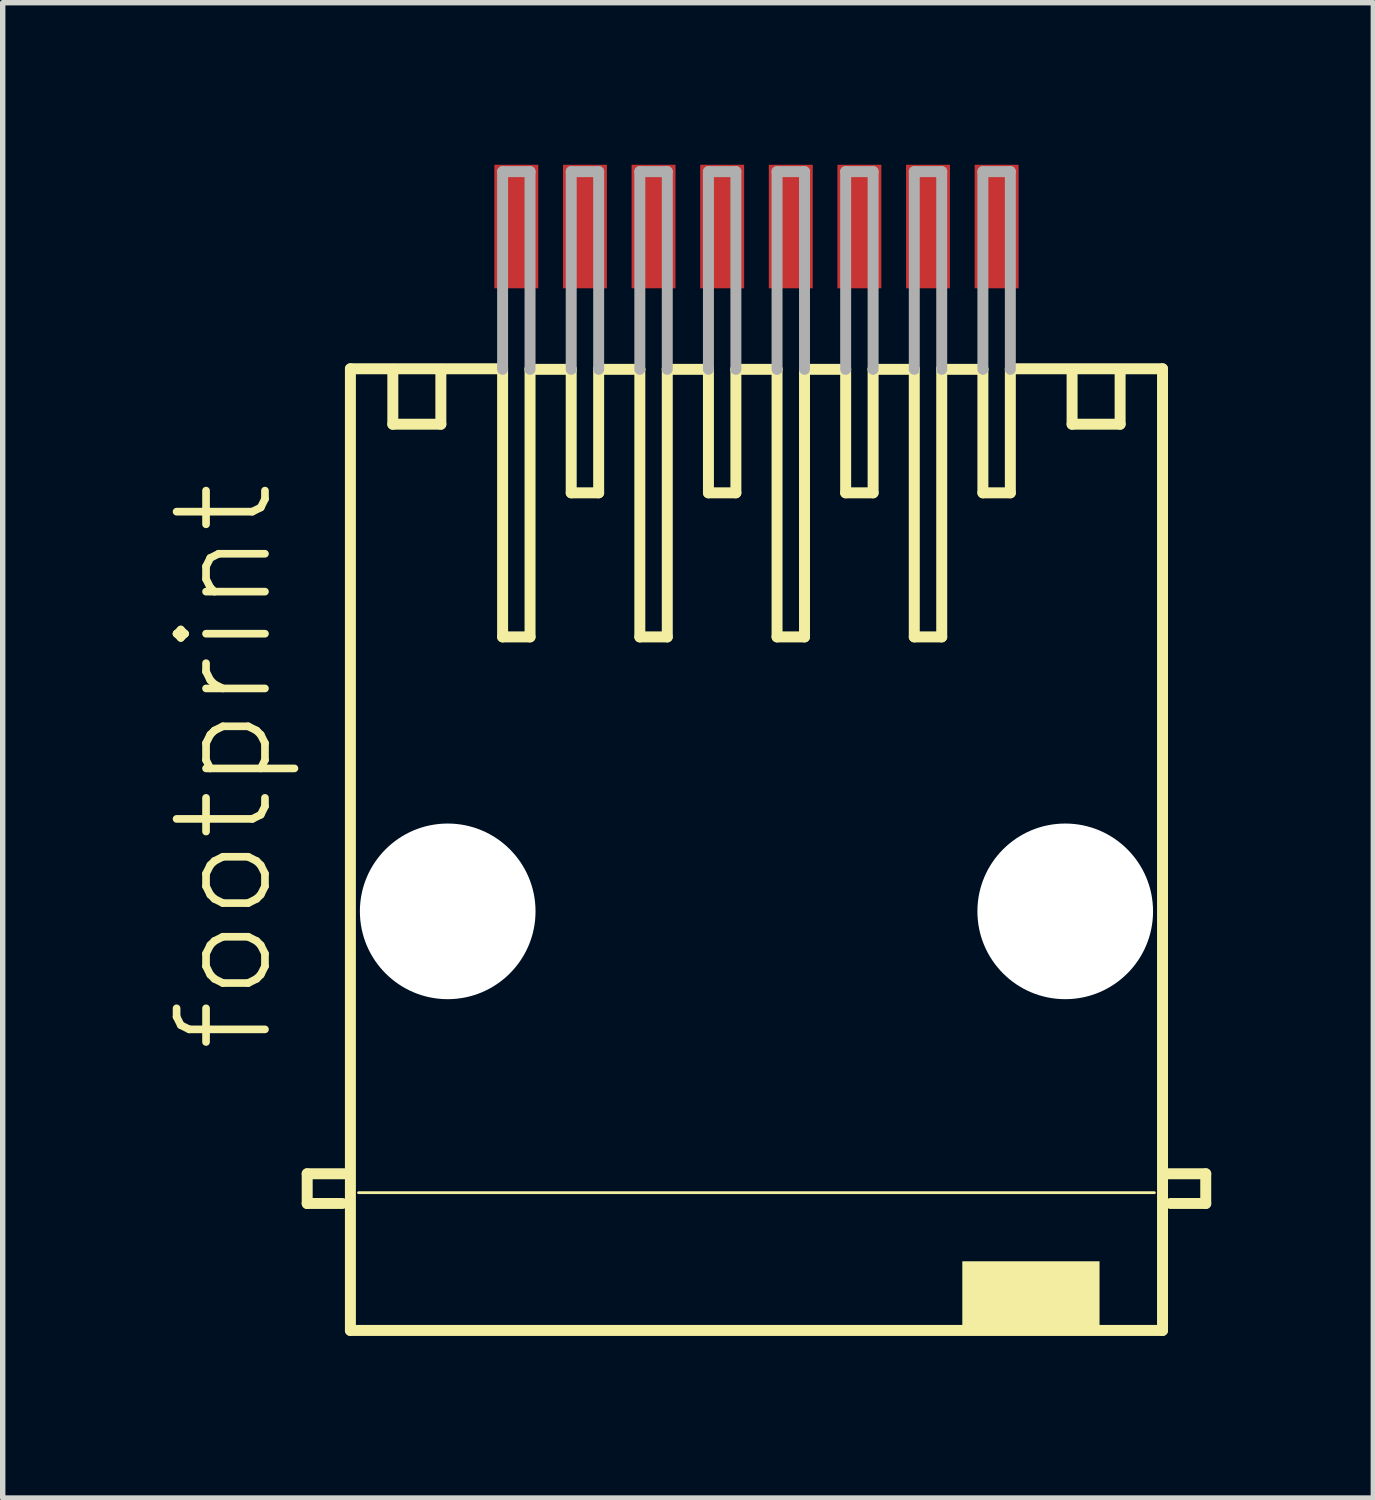
<source format=kicad_pcb>
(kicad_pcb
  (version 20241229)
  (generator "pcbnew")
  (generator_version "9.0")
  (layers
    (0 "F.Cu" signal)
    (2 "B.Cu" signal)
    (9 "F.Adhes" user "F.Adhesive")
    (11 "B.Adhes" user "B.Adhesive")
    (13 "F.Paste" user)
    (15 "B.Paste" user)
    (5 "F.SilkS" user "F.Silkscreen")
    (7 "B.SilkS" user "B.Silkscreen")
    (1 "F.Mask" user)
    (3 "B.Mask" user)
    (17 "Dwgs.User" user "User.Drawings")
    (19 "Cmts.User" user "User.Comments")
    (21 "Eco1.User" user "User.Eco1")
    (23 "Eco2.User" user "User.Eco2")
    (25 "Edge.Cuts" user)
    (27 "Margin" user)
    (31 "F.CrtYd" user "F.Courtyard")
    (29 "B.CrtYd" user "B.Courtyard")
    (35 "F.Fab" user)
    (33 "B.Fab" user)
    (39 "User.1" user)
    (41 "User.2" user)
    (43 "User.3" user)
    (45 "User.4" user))
  (footprint "footprint"
    (layer "F.Cu")
    (at 10.952 12.676)
    (property "Reference" "footprint" (at -8.89 3.81 90) (layer "F.SilkS") (effects (font (size 1.636 1.636) (thickness 0.142)) (justify left bottom)))
    (fp_line (start -8.316 6) (end -7.616 6) (stroke (width 0.203) (type solid)) (layer "F.SilkS"))
    (fp_line (start -8.316 6.55) (end -8.316 6) (stroke (width 0.203) (type solid)) (layer "F.SilkS"))
    (fp_line (start -7.666 6.55) (end -8.316 6.55) (stroke (width 0.203) (type solid)) (layer "F.SilkS"))
    (fp_line (start -7.516 -8.9) (end -4.699 -8.9) (stroke (width 0.203) (type solid)) (layer "F.SilkS"))
    (fp_line (start -7.516 8.9) (end -7.516 -8.9) (stroke (width 0.203) (type solid)) (layer "F.SilkS"))
    (fp_line (start -7.366 6.35) (end 7.366 6.35) (stroke (width 0.051) (type solid)) (layer "F.SilkS"))
    (fp_line (start -6.731 -8.89) (end -6.731 -7.874) (stroke (width 0.203) (type solid)) (layer "F.SilkS"))
    (fp_line (start -6.731 -7.874) (end -5.842 -7.874) (stroke (width 0.203) (type solid)) (layer "F.SilkS"))
    (fp_line (start -5.842 -7.874) (end -5.842 -8.89) (stroke (width 0.203) (type solid)) (layer "F.SilkS"))
    (fp_line (start -4.699 -3.937) (end -4.699 -8.89) (stroke (width 0.203) (type solid)) (layer "F.SilkS"))
    (fp_line (start -4.191 -8.89) (end -3.429 -8.89) (stroke (width 0.203) (type solid)) (layer "F.SilkS"))
    (fp_line (start -4.191 -3.937) (end -4.699 -3.937) (stroke (width 0.203) (type solid)) (layer "F.SilkS"))
    (fp_line (start -4.191 -3.937) (end -4.191 -8.9) (stroke (width 0.203) (type solid)) (layer "F.SilkS"))
    (fp_line (start -3.429 -8.89) (end -3.429 -6.604) (stroke (width 0.203) (type solid)) (layer "F.SilkS"))
    (fp_line (start -2.921 -8.89) (end -2.921 -6.604) (stroke (width 0.203) (type solid)) (layer "F.SilkS"))
    (fp_line (start -2.921 -8.89) (end -2.159 -8.89) (stroke (width 0.203) (type solid)) (layer "F.SilkS"))
    (fp_line (start -2.921 -6.604) (end -3.429 -6.604) (stroke (width 0.203) (type solid)) (layer "F.SilkS"))
    (fp_line (start -2.159 -3.937) (end -2.159 -8.89) (stroke (width 0.203) (type solid)) (layer "F.SilkS"))
    (fp_line (start -1.651 -8.89) (end -0.889 -8.89) (stroke (width 0.203) (type solid)) (layer "F.SilkS"))
    (fp_line (start -1.651 -3.937) (end -2.159 -3.937) (stroke (width 0.203) (type solid)) (layer "F.SilkS"))
    (fp_line (start -1.651 -3.937) (end -1.651 -8.9) (stroke (width 0.203) (type solid)) (layer "F.SilkS"))
    (fp_line (start -0.889 -8.89) (end -0.889 -6.604) (stroke (width 0.203) (type solid)) (layer "F.SilkS"))
    (fp_line (start -0.381 -8.89) (end -0.381 -6.604) (stroke (width 0.203) (type solid)) (layer "F.SilkS"))
    (fp_line (start -0.381 -8.89) (end 0.381 -8.89) (stroke (width 0.203) (type solid)) (layer "F.SilkS"))
    (fp_line (start -0.381 -6.604) (end -0.889 -6.604) (stroke (width 0.203) (type solid)) (layer "F.SilkS"))
    (fp_line (start 0.381 -3.937) (end 0.381 -8.89) (stroke (width 0.203) (type solid)) (layer "F.SilkS"))
    (fp_line (start 0.889 -8.89) (end 1.651 -8.89) (stroke (width 0.203) (type solid)) (layer "F.SilkS"))
    (fp_line (start 0.889 -3.937) (end 0.381 -3.937) (stroke (width 0.203) (type solid)) (layer "F.SilkS"))
    (fp_line (start 0.889 -3.937) (end 0.889 -8.89) (stroke (width 0.203) (type solid)) (layer "F.SilkS"))
    (fp_line (start 1.651 -8.89) (end 1.651 -6.604) (stroke (width 0.203) (type solid)) (layer "F.SilkS"))
    (fp_line (start 2.159 -8.89) (end 2.159 -6.604) (stroke (width 0.203) (type solid)) (layer "F.SilkS"))
    (fp_line (start 2.159 -8.89) (end 2.921 -8.89) (stroke (width 0.203) (type solid)) (layer "F.SilkS"))
    (fp_line (start 2.159 -6.604) (end 1.651 -6.604) (stroke (width 0.203) (type solid)) (layer "F.SilkS"))
    (fp_line (start 2.921 -3.937) (end 2.921 -8.89) (stroke (width 0.203) (type solid)) (layer "F.SilkS"))
    (fp_line (start 3.429 -8.89) (end 4.191 -8.89) (stroke (width 0.203) (type solid)) (layer "F.SilkS"))
    (fp_line (start 3.429 -3.937) (end 2.921 -3.937) (stroke (width 0.203) (type solid)) (layer "F.SilkS"))
    (fp_line (start 3.429 -3.937) (end 3.429 -8.9) (stroke (width 0.203) (type solid)) (layer "F.SilkS"))
    (fp_line (start 4.191 -8.89) (end 4.191 -6.604) (stroke (width 0.203) (type solid)) (layer "F.SilkS"))
    (fp_line (start 4.699 -8.9) (end 7.516 -8.9) (stroke (width 0.203) (type solid)) (layer "F.SilkS"))
    (fp_line (start 4.699 -8.89) (end 4.699 -6.604) (stroke (width 0.203) (type solid)) (layer "F.SilkS"))
    (fp_line (start 4.699 -6.604) (end 4.191 -6.604) (stroke (width 0.203) (type solid)) (layer "F.SilkS"))
    (fp_line (start 5.842 -7.874) (end 5.842 -8.89) (stroke (width 0.203) (type solid)) (layer "F.SilkS"))
    (fp_line (start 6.731 -8.89) (end 6.731 -7.874) (stroke (width 0.203) (type solid)) (layer "F.SilkS"))
    (fp_line (start 6.731 -7.874) (end 5.842 -7.874) (stroke (width 0.203) (type solid)) (layer "F.SilkS"))
    (fp_line (start 7.516 -8.9) (end 7.516 8.9) (stroke (width 0.203) (type solid)) (layer "F.SilkS"))
    (fp_line (start 7.516 8.9) (end -7.516 8.9) (stroke (width 0.203) (type solid)) (layer "F.SilkS"))
    (fp_line (start 7.666 6.55) (end 8.316 6.55) (stroke (width 0.203) (type solid)) (layer "F.SilkS"))
    (fp_line (start 8.316 6) (end 7.616 6) (stroke (width 0.203) (type solid)) (layer "F.SilkS"))
    (fp_line (start 8.316 6.55) (end 8.316 6) (stroke (width 0.203) (type solid)) (layer "F.SilkS"))
    (fp_poly (pts (xy 3.81 8.89) (xy 6.35 8.89) (xy 6.35 7.62) (xy 3.81 7.62)) (stroke (width 0) (type solid)) (fill yes) (layer "F.SilkS"))
    (fp_line (start -4.699 -12.549) (end -4.699 -8.89) (stroke (width 0.203) (type solid)) (layer "F.Fab"))
    (fp_line (start -4.191 -12.549) (end -4.699 -12.549) (stroke (width 0.203) (type solid)) (layer "F.Fab"))
    (fp_line (start -4.191 -8.89) (end -4.191 -12.549) (stroke (width 0.203) (type solid)) (layer "F.Fab"))
    (fp_line (start -3.429 -12.549) (end -3.429 -8.89) (stroke (width 0.203) (type solid)) (layer "F.Fab"))
    (fp_line (start -2.921 -12.549) (end -3.429 -12.549) (stroke (width 0.203) (type solid)) (layer "F.Fab"))
    (fp_line (start -2.921 -8.89) (end -2.921 -12.549) (stroke (width 0.203) (type solid)) (layer "F.Fab"))
    (fp_line (start -2.159 -12.549) (end -2.159 -8.89) (stroke (width 0.203) (type solid)) (layer "F.Fab"))
    (fp_line (start -1.651 -12.549) (end -2.159 -12.549) (stroke (width 0.203) (type solid)) (layer "F.Fab"))
    (fp_line (start -1.651 -8.89) (end -1.651 -12.549) (stroke (width 0.203) (type solid)) (layer "F.Fab"))
    (fp_line (start -0.889 -12.549) (end -0.889 -8.89) (stroke (width 0.203) (type solid)) (layer "F.Fab"))
    (fp_line (start -0.381 -12.549) (end -0.889 -12.549) (stroke (width 0.203) (type solid)) (layer "F.Fab"))
    (fp_line (start -0.381 -8.89) (end -0.381 -12.549) (stroke (width 0.203) (type solid)) (layer "F.Fab"))
    (fp_line (start 0.381 -12.549) (end 0.381 -8.89) (stroke (width 0.203) (type solid)) (layer "F.Fab"))
    (fp_line (start 0.889 -12.549) (end 0.381 -12.549) (stroke (width 0.203) (type solid)) (layer "F.Fab"))
    (fp_line (start 0.889 -8.89) (end 0.889 -12.549) (stroke (width 0.203) (type solid)) (layer "F.Fab"))
    (fp_line (start 1.651 -12.549) (end 1.651 -8.89) (stroke (width 0.203) (type solid)) (layer "F.Fab"))
    (fp_line (start 2.159 -12.549) (end 1.651 -12.549) (stroke (width 0.203) (type solid)) (layer "F.Fab"))
    (fp_line (start 2.159 -8.89) (end 2.159 -12.549) (stroke (width 0.203) (type solid)) (layer "F.Fab"))
    (fp_line (start 2.921 -12.549) (end 2.921 -8.89) (stroke (width 0.203) (type solid)) (layer "F.Fab"))
    (fp_line (start 3.429 -12.549) (end 2.921 -12.549) (stroke (width 0.203) (type solid)) (layer "F.Fab"))
    (fp_line (start 3.429 -8.89) (end 3.429 -12.549) (stroke (width 0.203) (type solid)) (layer "F.Fab"))
    (fp_line (start 4.191 -12.549) (end 4.191 -8.89) (stroke (width 0.203) (type solid)) (layer "F.Fab"))
    (fp_line (start 4.699 -12.549) (end 4.191 -12.549) (stroke (width 0.203) (type solid)) (layer "F.Fab"))
    (fp_line (start 4.699 -8.89) (end 4.699 -12.549) (stroke (width 0.203) (type solid)) (layer "F.Fab"))
    (pad "" np_thru_hole circle (at -5.715 1.143) (size 3.251 3.251) (drill 3.251) (layers "*.Cu" "*.Mask"))
    (pad "" np_thru_hole circle (at 5.715 1.143) (size 3.251 3.251) (drill 3.251) (layers "*.Cu" "*.Mask"))
    (pad "1" smd rect (at -4.445 -11.533) (size 0.813 2.286) (layers "F.Cu" "F.Mask" "F.Paste"))
    (pad "2" smd rect (at -3.175 -11.533) (size 0.813 2.286) (layers "F.Cu" "F.Mask" "F.Paste"))
    (pad "3" smd rect (at -1.905 -11.533) (size 0.813 2.286) (layers "F.Cu" "F.Mask" "F.Paste"))
    (pad "4" smd rect (at -0.635 -11.533) (size 0.813 2.286) (layers "F.Cu" "F.Mask" "F.Paste"))
    (pad "5" smd rect (at 0.635 -11.533) (size 0.813 2.286) (layers "F.Cu" "F.Mask" "F.Paste"))
    (pad "6" smd rect (at 1.905 -11.533) (size 0.813 2.286) (layers "F.Cu" "F.Mask" "F.Paste"))
    (pad "7" smd rect (at 3.175 -11.533) (size 0.813 2.286) (layers "F.Cu" "F.Mask" "F.Paste"))
    (pad "8" smd rect (at 4.445 -11.533) (size 0.813 2.286) (layers "F.Cu" "F.Mask" "F.Paste")))
  (gr_rect
    (start -3 -3)
    (end 22.37 24.678)
    (stroke (width 0.1) (type default))
    (fill no)
    (layer "Edge.Cuts")))
</source>
